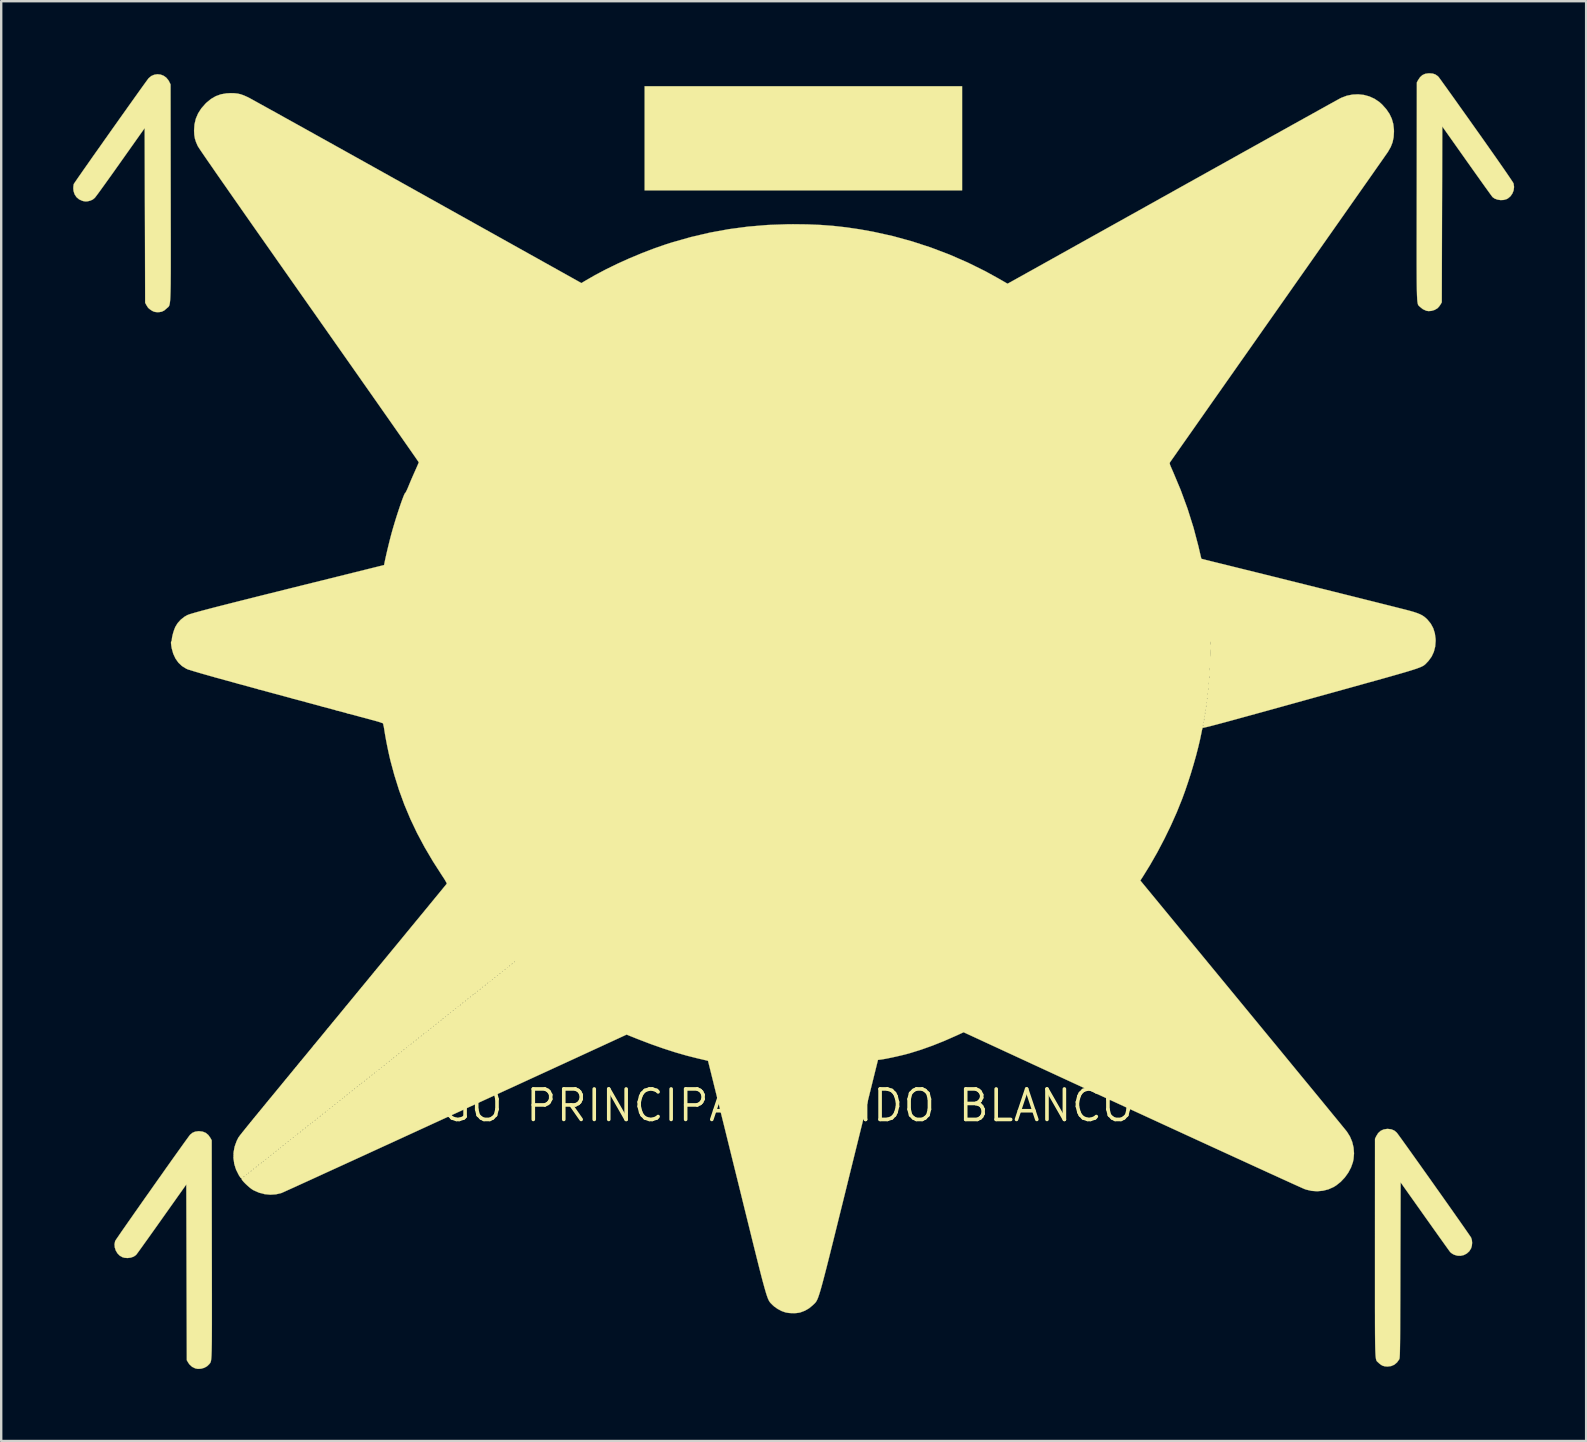
<source format=kicad_pcb>
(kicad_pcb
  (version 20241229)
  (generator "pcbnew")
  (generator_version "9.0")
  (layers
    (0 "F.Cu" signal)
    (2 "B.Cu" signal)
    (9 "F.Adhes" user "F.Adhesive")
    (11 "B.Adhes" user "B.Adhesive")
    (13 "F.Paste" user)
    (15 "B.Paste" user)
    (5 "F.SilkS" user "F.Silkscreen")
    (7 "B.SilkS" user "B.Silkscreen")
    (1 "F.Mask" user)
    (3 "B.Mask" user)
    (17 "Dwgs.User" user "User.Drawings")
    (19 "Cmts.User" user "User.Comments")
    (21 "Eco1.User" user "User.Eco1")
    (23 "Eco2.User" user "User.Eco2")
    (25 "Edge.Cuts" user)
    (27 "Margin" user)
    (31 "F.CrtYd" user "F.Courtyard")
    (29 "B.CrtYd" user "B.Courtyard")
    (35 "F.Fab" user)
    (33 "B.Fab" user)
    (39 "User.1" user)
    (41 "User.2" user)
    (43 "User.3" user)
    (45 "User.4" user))
  (footprint "LOGO PRINCIPAL FONDO BLANCO"
    (layer "F.Cu")
    (at 28.58 43.025)
    (property "Reference" "LOGO PRINCIPAL FONDO BLANCO" (at 0 0 0) (layer "F.SilkS") (effects (font (size 1.27 1.27) (thickness 0.15))))
    (attr through_hole)
    (fp_poly (pts (xy 8.467 -38.142) (xy -4.763 -38.142) (xy -4.763 -42.481) (xy 8.467 -42.481) (xy 8.467 -38.142)) (stroke (width 0.01) (type solid)) (fill yes) (layer "F.SilkS"))
    (fp_poly (pts (xy 28.08 -43.009) (xy 28.193 -42.971) (xy 28.289 -42.904) (xy 28.324 -42.87) (xy 28.343 -42.845) (xy 28.385 -42.788) (xy 28.448 -42.701) (xy 28.531 -42.585) (xy 28.633 -42.444) (xy 28.751 -42.279) (xy 28.885 -42.092) (xy 29.032 -41.886) (xy 29.191 -41.662) (xy 29.361 -41.423) (xy 29.54 -41.172) (xy 29.726 -40.909) (xy 29.904 -40.658) (xy 30.141 -40.324) (xy 30.36 -40.013) (xy 30.561 -39.727) (xy 30.744 -39.467) (xy 30.907 -39.233) (xy 31.051 -39.026) (xy 31.174 -38.848) (xy 31.275 -38.7) (xy 31.354 -38.582) (xy 31.411 -38.496) (xy 31.443 -38.442) (xy 31.452 -38.425) (xy 31.471 -38.283) (xy 31.454 -38.143) (xy 31.403 -38.012) (xy 31.324 -37.897) (xy 31.219 -37.808) (xy 31.159 -37.776) (xy 31.04 -37.742) (xy 30.909 -37.736) (xy 30.779 -37.756) (xy 30.662 -37.799) (xy 30.575 -37.861) (xy 30.557 -37.885) (xy 30.516 -37.94) (xy 30.454 -38.025) (xy 30.374 -38.136) (xy 30.276 -38.271) (xy 30.164 -38.428) (xy 30.039 -38.604) (xy 29.902 -38.796) (xy 29.756 -39.001) (xy 29.603 -39.218) (xy 29.506 -39.354) (xy 28.48 -40.805) (xy 28.469 -37.14) (xy 28.459 -33.475) (xy 28.4 -33.375) (xy 28.351 -33.305) (xy 28.294 -33.242) (xy 28.269 -33.22) (xy 28.158 -33.157) (xy 28.032 -33.119) (xy 27.906 -33.109) (xy 27.813 -33.124) (xy 27.67 -33.19) (xy 27.55 -33.287) (xy 27.535 -33.302) (xy 27.52 -33.314) (xy 27.507 -33.326) (xy 27.495 -33.339) (xy 27.483 -33.354) (xy 27.473 -33.373) (xy 27.464 -33.398) (xy 27.456 -33.431) (xy 27.449 -33.473) (xy 27.442 -33.526) (xy 27.436 -33.591) (xy 27.432 -33.671) (xy 27.427 -33.767) (xy 27.424 -33.88) (xy 27.421 -34.013) (xy 27.418 -34.167) (xy 27.416 -34.343) (xy 27.415 -34.544) (xy 27.414 -34.771) (xy 27.413 -35.025) (xy 27.413 -35.309) (xy 27.413 -35.624) (xy 27.413 -35.972) (xy 27.414 -36.354) (xy 27.414 -36.772) (xy 27.415 -37.228) (xy 27.415 -37.723) (xy 27.416 -38.101) (xy 27.421 -42.64) (xy 27.468 -42.728) (xy 27.553 -42.856) (xy 27.651 -42.945) (xy 27.769 -42.999) (xy 27.909 -43.02) (xy 27.94 -43.02) (xy 28.08 -43.009)) (stroke (width 0.01) (type solid)) (fill yes) (layer "F.SilkS"))
    (fp_poly (pts (xy -23.185 1.087) (xy -23.056 1.139) (xy -22.947 1.229) (xy -22.858 1.356) (xy -22.853 1.364) (xy -22.807 1.45) (xy -22.802 5.99) (xy -22.801 6.513) (xy -22.8 6.994) (xy -22.8 7.437) (xy -22.799 7.843) (xy -22.799 8.212) (xy -22.799 8.549) (xy -22.799 8.852) (xy -22.799 9.126) (xy -22.8 9.37) (xy -22.801 9.588) (xy -22.802 9.78) (xy -22.804 9.948) (xy -22.807 10.095) (xy -22.809 10.22) (xy -22.813 10.328) (xy -22.816 10.418) (xy -22.821 10.493) (xy -22.826 10.555) (xy -22.832 10.604) (xy -22.838 10.644) (xy -22.846 10.674) (xy -22.854 10.699) (xy -22.863 10.717) (xy -22.873 10.733) (xy -22.883 10.747) (xy -22.895 10.76) (xy -22.908 10.776) (xy -22.911 10.781) (xy -23.003 10.868) (xy -23.12 10.932) (xy -23.251 10.969) (xy -23.385 10.976) (xy -23.49 10.956) (xy -23.623 10.891) (xy -23.732 10.792) (xy -23.786 10.715) (xy -23.844 10.615) (xy -23.855 6.952) (xy -23.865 3.289) (xy -24.892 4.738) (xy -25.049 4.96) (xy -25.2 5.172) (xy -25.343 5.373) (xy -25.475 5.559) (xy -25.596 5.727) (xy -25.702 5.876) (xy -25.793 6.002) (xy -25.866 6.103) (xy -25.92 6.176) (xy -25.953 6.219) (xy -25.961 6.229) (xy -26.057 6.296) (xy -26.177 6.339) (xy -26.309 6.356) (xy -26.442 6.346) (xy -26.525 6.322) (xy -26.64 6.257) (xy -26.735 6.161) (xy -26.805 6.043) (xy -26.847 5.913) (xy -26.857 5.778) (xy -26.831 5.649) (xy -26.816 5.624) (xy -26.779 5.567) (xy -26.72 5.481) (xy -26.643 5.368) (xy -26.548 5.23) (xy -26.437 5.071) (xy -26.313 4.893) (xy -26.176 4.698) (xy -26.03 4.488) (xy -25.875 4.268) (xy -25.714 4.038) (xy -25.548 3.802) (xy -25.378 3.562) (xy -25.208 3.32) (xy -25.039 3.08) (xy -24.871 2.844) (xy -24.709 2.613) (xy -24.552 2.392) (xy -24.403 2.182) (xy -24.263 1.986) (xy -24.135 1.807) (xy -24.02 1.646) (xy -23.92 1.507) (xy -23.837 1.393) (xy -23.773 1.305) (xy -23.729 1.246) (xy -23.709 1.22) (xy -23.611 1.138) (xy -23.497 1.089) (xy -23.358 1.07) (xy -23.336 1.07) (xy -23.185 1.087)) (stroke (width 0.01) (type solid)) (fill yes) (layer "F.SilkS"))
    (fp_poly (pts (xy -24.939 -42.967) (xy -24.815 -42.92) (xy -24.704 -42.842) (xy -24.613 -42.733) (xy -24.582 -42.678) (xy -24.522 -42.556) (xy -24.516 -38.059) (xy -24.515 -37.534) (xy -24.515 -37.05) (xy -24.514 -36.605) (xy -24.513 -36.198) (xy -24.513 -35.826) (xy -24.513 -35.488) (xy -24.513 -35.182) (xy -24.513 -34.906) (xy -24.514 -34.66) (xy -24.516 -34.441) (xy -24.517 -34.247) (xy -24.52 -34.077) (xy -24.523 -33.929) (xy -24.527 -33.801) (xy -24.531 -33.693) (xy -24.536 -33.601) (xy -24.543 -33.525) (xy -24.55 -33.462) (xy -24.558 -33.412) (xy -24.567 -33.372) (xy -24.577 -33.34) (xy -24.589 -33.315) (xy -24.602 -33.296) (xy -24.616 -33.28) (xy -24.631 -33.267) (xy -24.648 -33.253) (xy -24.666 -33.238) (xy -24.686 -33.22) (xy -24.688 -33.218) (xy -24.787 -33.134) (xy -24.888 -33.085) (xy -25.004 -33.065) (xy -25.061 -33.064) (xy -25.137 -33.07) (xy -25.206 -33.084) (xy -25.22 -33.088) (xy -25.288 -33.121) (xy -25.365 -33.171) (xy -25.433 -33.225) (xy -25.459 -33.252) (xy -25.485 -33.29) (xy -25.52 -33.347) (xy -25.533 -33.369) (xy -25.58 -33.454) (xy -25.59 -37.096) (xy -25.601 -40.737) (xy -26.596 -39.331) (xy -26.752 -39.111) (xy -26.902 -38.899) (xy -27.045 -38.699) (xy -27.179 -38.512) (xy -27.301 -38.342) (xy -27.409 -38.192) (xy -27.502 -38.064) (xy -27.578 -37.962) (xy -27.634 -37.887) (xy -27.668 -37.843) (xy -27.675 -37.834) (xy -27.763 -37.76) (xy -27.866 -37.713) (xy -27.875 -37.711) (xy -27.975 -37.686) (xy -28.057 -37.679) (xy -28.139 -37.69) (xy -28.206 -37.708) (xy -28.337 -37.768) (xy -28.443 -37.859) (xy -28.52 -37.976) (xy -28.565 -38.113) (xy -28.575 -38.219) (xy -28.572 -38.299) (xy -28.563 -38.369) (xy -28.555 -38.405) (xy -28.54 -38.429) (xy -28.502 -38.485) (xy -28.444 -38.57) (xy -28.366 -38.683) (xy -28.271 -38.819) (xy -28.161 -38.978) (xy -28.036 -39.155) (xy -27.9 -39.349) (xy -27.754 -39.558) (xy -27.599 -39.777) (xy -27.437 -40.006) (xy -27.271 -40.242) (xy -27.102 -40.481) (xy -26.932 -40.722) (xy -26.762 -40.961) (xy -26.595 -41.197) (xy -26.432 -41.426) (xy -26.275 -41.647) (xy -26.126 -41.856) (xy -25.987 -42.052) (xy -25.859 -42.231) (xy -25.745 -42.391) (xy -25.645 -42.529) (xy -25.562 -42.644) (xy -25.498 -42.731) (xy -25.455 -42.79) (xy -25.434 -42.817) (xy -25.324 -42.907) (xy -25.2 -42.961) (xy -25.07 -42.981) (xy -24.939 -42.967)) (stroke (width 0.01) (type solid)) (fill yes) (layer "F.SilkS"))
    (fp_poly (pts (xy 26.354 0.991) (xy 26.476 1.041) (xy 26.578 1.125) (xy 26.6 1.152) (xy 26.644 1.212) (xy 26.709 1.301) (xy 26.793 1.416) (xy 26.893 1.556) (xy 27.009 1.717) (xy 27.138 1.898) (xy 27.278 2.095) (xy 27.428 2.305) (xy 27.586 2.527) (xy 27.75 2.758) (xy 27.918 2.994) (xy 28.088 3.234) (xy 28.258 3.475) (xy 28.428 3.714) (xy 28.594 3.949) (xy 28.755 4.177) (xy 28.909 4.396) (xy 29.054 4.603) (xy 29.189 4.794) (xy 29.311 4.969) (xy 29.42 5.124) (xy 29.512 5.257) (xy 29.586 5.364) (xy 29.641 5.444) (xy 29.674 5.494) (xy 29.683 5.51) (xy 29.714 5.608) (xy 29.724 5.726) (xy 29.712 5.847) (xy 29.681 5.951) (xy 29.606 6.073) (xy 29.503 6.167) (xy 29.381 6.231) (xy 29.246 6.263) (xy 29.105 6.258) (xy 28.967 6.216) (xy 28.966 6.215) (xy 28.894 6.175) (xy 28.831 6.127) (xy 28.807 6.103) (xy 28.787 6.076) (xy 28.744 6.018) (xy 28.681 5.93) (xy 28.599 5.816) (xy 28.501 5.678) (xy 28.387 5.519) (xy 28.261 5.342) (xy 28.124 5.149) (xy 27.978 4.943) (xy 27.824 4.727) (xy 27.75 4.622) (xy 26.744 3.203) (xy 26.733 6.856) (xy 26.732 7.319) (xy 26.731 7.741) (xy 26.73 8.124) (xy 26.728 8.471) (xy 26.727 8.783) (xy 26.726 9.062) (xy 26.725 9.31) (xy 26.723 9.529) (xy 26.722 9.72) (xy 26.72 9.886) (xy 26.718 10.029) (xy 26.716 10.15) (xy 26.714 10.251) (xy 26.712 10.335) (xy 26.709 10.402) (xy 26.706 10.455) (xy 26.703 10.496) (xy 26.7 10.526) (xy 26.696 10.548) (xy 26.692 10.564) (xy 26.687 10.575) (xy 26.687 10.576) (xy 26.594 10.707) (xy 26.481 10.802) (xy 26.348 10.859) (xy 26.197 10.879) (xy 26.194 10.879) (xy 26.08 10.869) (xy 25.985 10.841) (xy 25.982 10.839) (xy 25.916 10.799) (xy 25.846 10.744) (xy 25.819 10.718) (xy 25.803 10.703) (xy 25.788 10.69) (xy 25.774 10.678) (xy 25.762 10.666) (xy 25.75 10.652) (xy 25.74 10.634) (xy 25.73 10.611) (xy 25.722 10.58) (xy 25.714 10.541) (xy 25.707 10.49) (xy 25.701 10.428) (xy 25.696 10.352) (xy 25.692 10.26) (xy 25.688 10.151) (xy 25.685 10.022) (xy 25.682 9.874) (xy 25.68 9.702) (xy 25.678 9.507) (xy 25.677 9.286) (xy 25.676 9.038) (xy 25.676 8.761) (xy 25.675 8.452) (xy 25.675 8.112) (xy 25.675 7.737) (xy 25.675 7.326) (xy 25.675 6.878) (xy 25.675 6.391) (xy 25.675 5.933) (xy 25.676 1.386) (xy 25.726 1.281) (xy 25.807 1.15) (xy 25.91 1.056) (xy 26.036 0.997) (xy 26.184 0.974) (xy 26.209 0.974) (xy 26.354 0.991)) (stroke (width 0.01) (type solid)) (fill yes) (layer "F.SilkS"))
    (fp_poly (pts (xy -21.855 -42.189) (xy -21.718 -42.173) (xy -21.59 -42.143) (xy -21.456 -42.094) (xy -21.303 -42.025) (xy -21.283 -42.015) (xy -21.249 -41.998) (xy -21.18 -41.96) (xy -21.076 -41.903) (xy -20.939 -41.827) (xy -20.771 -41.734) (xy -20.572 -41.624) (xy -20.345 -41.498) (xy -20.089 -41.357) (xy -19.808 -41.2) (xy -19.502 -41.03) (xy -19.172 -40.847) (xy -18.82 -40.651) (xy -18.447 -40.443) (xy -18.055 -40.225) (xy -17.644 -39.996) (xy -17.216 -39.758) (xy -16.773 -39.511) (xy -16.316 -39.256) (xy -15.846 -38.994) (xy -15.365 -38.725) (xy -14.873 -38.451) (xy -14.372 -38.171) (xy -14.235 -38.094) (xy -7.398 -34.277) (xy -7.271 -34.354) (xy -6.843 -34.601) (xy -6.381 -34.846) (xy -5.893 -35.084) (xy -5.388 -35.312) (xy -4.874 -35.526) (xy -4.36 -35.723) (xy -3.853 -35.899) (xy -3.63 -35.969) (xy -2.838 -36.194) (xy -2.047 -36.379) (xy -1.253 -36.524) (xy -0.453 -36.63) (xy 0.359 -36.698) (xy 1.186 -36.728) (xy 1.429 -36.73) (xy 2.014 -36.723) (xy 2.571 -36.7) (xy 3.111 -36.659) (xy 3.645 -36.599) (xy 4.185 -36.52) (xy 4.743 -36.42) (xy 4.773 -36.414) (xy 5.575 -36.237) (xy 6.373 -36.018) (xy 7.161 -35.761) (xy 7.938 -35.466) (xy 8.697 -35.135) (xy 9.436 -34.77) (xy 9.991 -34.464) (xy 10.361 -34.251) (xy 10.488 -34.32) (xy 10.516 -34.335) (xy 10.579 -34.371) (xy 10.677 -34.425) (xy 10.807 -34.498) (xy 10.97 -34.588) (xy 11.162 -34.696) (xy 11.384 -34.819) (xy 11.633 -34.958) (xy 11.909 -35.112) (xy 12.21 -35.28) (xy 12.534 -35.461) (xy 12.881 -35.654) (xy 13.249 -35.86) (xy 13.636 -36.076) (xy 14.042 -36.302) (xy 14.465 -36.538) (xy 14.904 -36.783) (xy 15.357 -37.036) (xy 15.824 -37.296) (xy 16.302 -37.563) (xy 16.79 -37.836) (xy 17.288 -38.113) (xy 17.378 -38.164) (xy 17.877 -38.442) (xy 18.367 -38.715) (xy 18.847 -38.983) (xy 19.316 -39.244) (xy 19.771 -39.498) (xy 20.213 -39.745) (xy 20.639 -39.982) (xy 21.048 -40.21) (xy 21.439 -40.428) (xy 21.81 -40.634) (xy 22.161 -40.83) (xy 22.489 -41.012) (xy 22.794 -41.182) (xy 23.075 -41.338) (xy 23.329 -41.479) (xy 23.556 -41.605) (xy 23.753 -41.715) (xy 23.921 -41.807) (xy 24.058 -41.883) (xy 24.161 -41.94) (xy 24.231 -41.978) (xy 24.265 -41.996) (xy 24.268 -41.997) (xy 24.5 -42.085) (xy 24.738 -42.133) (xy 24.978 -42.144) (xy 25.215 -42.118) (xy 25.443 -42.055) (xy 25.658 -41.957) (xy 25.856 -41.824) (xy 25.971 -41.72) (xy 26.146 -41.525) (xy 26.28 -41.328) (xy 26.376 -41.125) (xy 26.437 -40.91) (xy 26.464 -40.678) (xy 26.466 -40.587) (xy 26.452 -40.356) (xy 26.409 -40.148) (xy 26.332 -39.95) (xy 26.219 -39.752) (xy 26.202 -39.726) (xy 26.183 -39.699) (xy 26.141 -39.639) (xy 26.076 -39.546) (xy 25.99 -39.423) (xy 25.882 -39.269) (xy 25.755 -39.088) (xy 25.609 -38.879) (xy 25.444 -38.644) (xy 25.262 -38.385) (xy 25.063 -38.102) (xy 24.849 -37.797) (xy 24.62 -37.471) (xy 24.378 -37.126) (xy 24.122 -36.761) (xy 23.854 -36.38) (xy 23.575 -35.983) (xy 23.286 -35.571) (xy 22.987 -35.145) (xy 22.679 -34.707) (xy 22.364 -34.259) (xy 22.042 -33.8) (xy 21.714 -33.333) (xy 21.643 -33.232) (xy 21.314 -32.764) (xy 20.991 -32.305) (xy 20.676 -31.855) (xy 20.368 -31.417) (xy 20.068 -30.991) (xy 19.779 -30.579) (xy 19.499 -30.181) (xy 19.231 -29.799) (xy 18.975 -29.435) (xy 18.732 -29.089) (xy 18.503 -28.762) (xy 18.289 -28.457) (xy 18.09 -28.173) (xy 17.907 -27.913) (xy 17.742 -27.678) (xy 17.594 -27.468) (xy 17.466 -27.285) (xy 17.358 -27.13) (xy 17.27 -27.005) (xy 17.204 -26.911) (xy 17.16 -26.848) (xy 17.14 -26.819) (xy 17.138 -26.817) (xy 17.126 -26.796) (xy 17.12 -26.775) (xy 17.123 -26.746) (xy 17.134 -26.704) (xy 17.158 -26.643) (xy 17.195 -26.557) (xy 17.247 -26.439) (xy 17.258 -26.415) (xy 17.579 -25.649) (xy 17.864 -24.871) (xy 18.111 -24.087) (xy 18.318 -23.301) (xy 18.361 -23.114) (xy 18.387 -23.003) (xy 18.409 -22.908) (xy 18.427 -22.836) (xy 18.438 -22.794) (xy 18.441 -22.786) (xy 18.462 -22.781) (xy 18.521 -22.766) (xy 18.614 -22.742) (xy 18.74 -22.711) (xy 18.893 -22.672) (xy 19.072 -22.628) (xy 19.274 -22.578) (xy 19.494 -22.524) (xy 19.729 -22.466) (xy 19.978 -22.404) (xy 20.013 -22.396) (xy 20.236 -22.34) (xy 20.489 -22.278) (xy 20.768 -22.209) (xy 21.07 -22.134) (xy 21.392 -22.054) (xy 21.73 -21.97) (xy 22.082 -21.882) (xy 22.445 -21.792) (xy 22.814 -21.7) (xy 23.187 -21.607) (xy 23.561 -21.514) (xy 23.932 -21.421) (xy 24.297 -21.33) (xy 24.654 -21.241) (xy 24.998 -21.155) (xy 25.327 -21.072) (xy 25.637 -20.995) (xy 25.926 -20.922) (xy 26.19 -20.856) (xy 26.425 -20.797) (xy 26.629 -20.745) (xy 26.799 -20.702) (xy 26.931 -20.669) (xy 26.935 -20.668) (xy 27.136 -20.615) (xy 27.302 -20.567) (xy 27.438 -20.521) (xy 27.55 -20.476) (xy 27.644 -20.428) (xy 27.725 -20.374) (xy 27.799 -20.313) (xy 27.856 -20.259) (xy 27.998 -20.086) (xy 28.103 -19.894) (xy 28.17 -19.681) (xy 28.201 -19.449) (xy 28.203 -19.367) (xy 28.184 -19.127) (xy 28.128 -18.909) (xy 28.036 -18.71) (xy 27.906 -18.531) (xy 27.855 -18.477) (xy 27.828 -18.449) (xy 27.804 -18.423) (xy 27.781 -18.399) (xy 27.756 -18.377) (xy 27.73 -18.356) (xy 27.699 -18.334) (xy 27.661 -18.313) (xy 27.615 -18.29) (xy 27.56 -18.266) (xy 27.492 -18.24) (xy 27.411 -18.21) (xy 27.315 -18.178) (xy 27.201 -18.142) (xy 27.068 -18.101) (xy 26.914 -18.055) (xy 26.738 -18.004) (xy 26.536 -17.946) (xy 26.309 -17.881) (xy 26.053 -17.809) (xy 25.767 -17.729) (xy 25.449 -17.641) (xy 25.098 -17.543) (xy 24.711 -17.435) (xy 24.286 -17.317) (xy 23.897 -17.209) (xy 23.329 -17.052) (xy 22.801 -16.905) (xy 22.311 -16.769) (xy 21.857 -16.643) (xy 21.439 -16.527) (xy 21.056 -16.421) (xy 20.705 -16.325) (xy 20.386 -16.237) (xy 20.097 -16.158) (xy 19.837 -16.086) (xy 19.605 -16.023) (xy 19.399 -15.967) (xy 19.219 -15.919) (xy 19.062 -15.877) (xy 18.927 -15.842) (xy 18.814 -15.812) (xy 18.72 -15.789) (xy 18.645 -15.771) (xy 18.587 -15.758) (xy 18.545 -15.749) (xy 18.518 -15.745) (xy 18.504 -15.744) (xy 18.501 -15.746) (xy 18.491 -15.737) (xy 18.477 -15.694) (xy 18.46 -15.624) (xy 18.448 -15.563) (xy 18.386 -15.263) (xy 18.308 -14.933) (xy 18.217 -14.581) (xy 18.114 -14.216) (xy 18.003 -13.844) (xy 17.884 -13.476) (xy 17.762 -13.117) (xy 17.638 -12.778) (xy 17.635 -12.77) (xy 17.415 -12.224) (xy 17.166 -11.666) (xy 16.894 -11.107) (xy 16.605 -10.557) (xy 16.303 -10.028) (xy 16.009 -9.552) (xy 15.896 -9.377) (xy 20.145 -4.218) (xy 20.483 -3.807) (xy 20.814 -3.405) (xy 21.138 -3.011) (xy 21.454 -2.628) (xy 21.76 -2.256) (xy 22.055 -1.897) (xy 22.339 -1.551) (xy 22.61 -1.221) (xy 22.868 -0.908) (xy 23.111 -0.613) (xy 23.338 -0.337) (xy 23.548 -0.081) (xy 23.74 0.153) (xy 23.913 0.365) (xy 24.067 0.552) (xy 24.199 0.713) (xy 24.309 0.848) (xy 24.396 0.954) (xy 24.458 1.031) (xy 24.496 1.078) (xy 24.506 1.09) (xy 24.634 1.295) (xy 24.727 1.518) (xy 24.783 1.754) (xy 24.801 1.996) (xy 24.781 2.237) (xy 24.755 2.36) (xy 24.676 2.583) (xy 24.562 2.799) (xy 24.417 3) (xy 24.248 3.179) (xy 24.06 3.329) (xy 23.952 3.396) (xy 23.737 3.492) (xy 23.507 3.551) (xy 23.269 3.573) (xy 23.032 3.557) (xy 22.802 3.503) (xy 22.744 3.482) (xy 22.707 3.467) (xy 22.634 3.434) (xy 22.526 3.386) (xy 22.384 3.322) (xy 22.21 3.243) (xy 22.006 3.15) (xy 21.773 3.044) (xy 21.513 2.925) (xy 21.227 2.795) (xy 20.918 2.653) (xy 20.587 2.502) (xy 20.235 2.34) (xy 19.863 2.17) (xy 19.475 1.992) (xy 19.071 1.807) (xy 18.653 1.615) (xy 18.222 1.417) (xy 17.78 1.214) (xy 17.33 1.007) (xy 16.871 0.796) (xy 16.407 0.582) (xy 15.938 0.366) (xy 15.466 0.149) (xy 14.994 -0.069) (xy 14.522 -0.286) (xy 14.052 -0.503) (xy 13.585 -0.718) (xy 13.124 -0.93) (xy 12.67 -1.14) (xy 12.225 -1.346) (xy 11.79 -1.547) (xy 11.367 -1.742) (xy 11.314 -1.767) (xy 11.037 -1.895) (xy 10.764 -2.021) (xy 10.496 -2.145) (xy 10.238 -2.264) (xy 9.993 -2.378) (xy 9.765 -2.483) (xy 9.557 -2.579) (xy 9.373 -2.664) (xy 9.217 -2.737) (xy 9.091 -2.795) (xy 9 -2.837) (xy 8.991 -2.841) (xy 8.531 -3.054) (xy 8.229 -2.915) (xy 7.722 -2.692) (xy 7.228 -2.495) (xy 6.75 -2.325) (xy 6.296 -2.184) (xy 6.209 -2.16) (xy 6.075 -2.124) (xy 5.92 -2.087) (xy 5.754 -2.048) (xy 5.586 -2.011) (xy 5.425 -1.977) (xy 5.279 -1.948) (xy 5.157 -1.927) (xy 5.079 -1.915) (xy 4.961 -1.901) (xy 3.759 2.96) (xy 3.626 3.501) (xy 3.502 4.003) (xy 3.387 4.466) (xy 3.281 4.894) (xy 3.184 5.286) (xy 3.095 5.646) (xy 3.013 5.973) (xy 2.939 6.27) (xy 2.871 6.539) (xy 2.81 6.781) (xy 2.754 6.997) (xy 2.704 7.189) (xy 2.659 7.359) (xy 2.618 7.509) (xy 2.582 7.639) (xy 2.549 7.751) (xy 2.519 7.847) (xy 2.492 7.929) (xy 2.468 7.998) (xy 2.445 8.055) (xy 2.423 8.103) (xy 2.403 8.142) (xy 2.383 8.174) (xy 2.364 8.201) (xy 2.344 8.225) (xy 2.323 8.247) (xy 2.301 8.268) (xy 2.278 8.29) (xy 2.252 8.315) (xy 2.249 8.318) (xy 2.093 8.448) (xy 1.918 8.55) (xy 1.734 8.62) (xy 1.676 8.634) (xy 1.548 8.651) (xy 1.398 8.654) (xy 1.248 8.646) (xy 1.118 8.625) (xy 1.114 8.624) (xy 0.95 8.567) (xy 0.785 8.481) (xy 0.635 8.375) (xy 0.566 8.312) (xy 0.541 8.286) (xy 0.518 8.264) (xy 0.496 8.242) (xy 0.475 8.22) (xy 0.456 8.195) (xy 0.436 8.166) (xy 0.416 8.132) (xy 0.396 8.091) (xy 0.374 8.041) (xy 0.351 7.98) (xy 0.326 7.907) (xy 0.298 7.821) (xy 0.268 7.719) (xy 0.234 7.601) (xy 0.196 7.463) (xy 0.153 7.306) (xy 0.106 7.127) (xy 0.054 6.924) (xy -0.004 6.696) (xy -0.068 6.441) (xy -0.139 6.158) (xy -0.217 5.845) (xy -0.302 5.501) (xy -0.395 5.123) (xy -0.497 4.711) (xy -0.608 4.262) (xy -0.728 3.774) (xy -0.834 3.344) (xy -0.941 2.912) (xy -1.046 2.488) (xy -1.148 2.074) (xy -1.247 1.672) (xy -1.343 1.284) (xy -1.434 0.913) (xy -1.522 0.56) (xy -1.604 0.227) (xy -1.68 -0.083) (xy -1.751 -0.368) (xy -1.815 -0.627) (xy -1.872 -0.857) (xy -1.921 -1.057) (xy -1.963 -1.224) (xy -1.995 -1.356) (xy -2.019 -1.451) (xy -2.033 -1.507) (xy -2.033 -1.508) (xy -2.122 -1.862) (xy -2.199 -1.882) (xy -2.248 -1.894) (xy -2.328 -1.913) (xy -2.428 -1.936) (xy -2.539 -1.962) (xy -2.561 -1.967) (xy -3.016 -2.082) (xy -3.488 -2.218) (xy -3.981 -2.377) (xy -4.499 -2.559) (xy -5.043 -2.767) (xy -5.44 -2.926) (xy -5.514 -2.957) (xy -6.625 -2.444) (xy -7.017 -2.264) (xy -7.424 -2.076) (xy -7.847 -1.881) (xy -8.282 -1.681) (xy -8.729 -1.475) (xy -9.187 -1.265) (xy -9.652 -1.051) (xy -10.125 -0.833) (xy -10.603 -0.614) (xy -11.085 -0.392) (xy -11.569 -0.17) (xy -12.054 0.053) (xy -12.538 0.276) (xy -13.02 0.497) (xy -13.498 0.716) (xy -13.97 0.933) (xy -14.436 1.147) (xy -14.893 1.357) (xy -15.339 1.562) (xy -15.775 1.761) (xy -16.197 1.955) (xy -16.604 2.142) (xy -16.995 2.321) (xy -17.369 2.492) (xy -17.723 2.654) (xy -18.056 2.806) (xy -18.367 2.949) (xy -18.653 3.08) (xy -18.915 3.199) (xy -19.149 3.306) (xy -19.354 3.4) (xy -19.529 3.479) (xy -19.673 3.544) (xy -19.783 3.594) (xy -19.859 3.628) (xy -19.898 3.645) (xy -19.903 3.647) (xy -20.13 3.701) (xy -20.366 3.716) (xy -20.603 3.693) (xy -20.835 3.632) (xy -21.055 3.535) (xy -21.097 3.511) (xy -21.163 3.467) (xy -21.238 3.407) (xy -21.318 3.337) (xy -21.396 3.264) (xy -21.466 3.193) (xy -21.52 3.131) (xy -21.554 3.083) (xy -21.561 3.058) (xy -21.561 3.034) (xy -21.571 3.032) (xy -21.592 3.018) (xy -21.62 2.983) (xy -21.479 2.983) (xy -21.476 2.985) (xy -21.457 2.97) (xy -21.452 2.963) (xy -21.447 2.944) (xy -21.45 2.942) (xy -21.469 2.957) (xy -21.474 2.963) (xy -21.479 2.983) (xy -21.62 2.983) (xy -21.627 2.976) (xy -21.669 2.914) (xy -21.676 2.902) (xy -21.677 2.898) (xy -21.373 2.898) (xy -21.37 2.9) (xy -21.351 2.885) (xy -21.347 2.879) (xy -21.341 2.859) (xy -21.344 2.857) (xy -21.363 2.872) (xy -21.368 2.879) (xy -21.373 2.898) (xy -21.677 2.898) (xy -21.71 2.835) (xy -21.288 2.835) (xy -21.286 2.836) (xy -21.266 2.821) (xy -21.262 2.815) (xy -21.257 2.795) (xy -21.259 2.794) (xy -21.279 2.809) (xy -21.283 2.815) (xy -21.288 2.835) (xy -21.71 2.835) (xy -21.752 2.75) (xy -21.183 2.75) (xy -21.18 2.752) (xy -21.16 2.737) (xy -21.156 2.731) (xy -21.151 2.711) (xy -21.154 2.709) (xy -21.173 2.724) (xy -21.177 2.731) (xy -21.183 2.75) (xy -21.752 2.75) (xy -21.79 2.677) (xy -21.793 2.666) (xy -21.077 2.666) (xy -21.074 2.667) (xy -21.055 2.652) (xy -21.05 2.646) (xy -21.045 2.626) (xy -21.048 2.625) (xy -21.067 2.64) (xy -21.071 2.646) (xy -21.077 2.666) (xy -21.793 2.666) (xy -21.82 2.581) (xy -20.971 2.581) (xy -20.968 2.582) (xy -20.949 2.567) (xy -20.944 2.561) (xy -20.939 2.541) (xy -20.942 2.54) (xy -20.961 2.555) (xy -20.966 2.561) (xy -20.971 2.581) (xy -21.82 2.581) (xy -21.847 2.496) (xy -20.865 2.496) (xy -20.862 2.498) (xy -20.843 2.483) (xy -20.839 2.477) (xy -20.833 2.457) (xy -20.836 2.455) (xy -20.855 2.47) (xy -20.86 2.477) (xy -20.865 2.496) (xy -21.847 2.496) (xy -21.864 2.441) (xy -21.869 2.412) (xy -20.759 2.412) (xy -20.756 2.413) (xy -20.737 2.398) (xy -20.733 2.392) (xy -20.727 2.372) (xy -20.73 2.371) (xy -20.75 2.386) (xy -20.754 2.392) (xy -20.759 2.412) (xy -21.869 2.412) (xy -21.878 2.348) (xy -20.675 2.348) (xy -20.672 2.349) (xy -20.652 2.335) (xy -20.648 2.328) (xy -20.643 2.309) (xy -20.646 2.307) (xy -20.665 2.322) (xy -20.669 2.328) (xy -20.675 2.348) (xy -21.878 2.348) (xy -21.89 2.263) (xy -20.569 2.263) (xy -20.566 2.265) (xy -20.547 2.25) (xy -20.542 2.244) (xy -20.537 2.224) (xy -20.54 2.223) (xy -20.559 2.237) (xy -20.563 2.244) (xy -20.569 2.263) (xy -21.89 2.263) (xy -21.9 2.2) (xy -21.899 2.179) (xy -20.463 2.179) (xy -20.46 2.18) (xy -20.441 2.165) (xy -20.436 2.159) (xy -20.431 2.139) (xy -20.434 2.138) (xy -20.453 2.153) (xy -20.458 2.159) (xy -20.463 2.179) (xy -21.899 2.179) (xy -21.898 2.094) (xy -20.357 2.094) (xy -20.354 2.095) (xy -20.335 2.081) (xy -20.331 2.074) (xy -20.325 2.055) (xy -20.328 2.053) (xy -20.347 2.068) (xy -20.352 2.074) (xy -20.357 2.094) (xy -21.898 2.094) (xy -21.896 2.009) (xy -20.251 2.009) (xy -20.248 2.011) (xy -20.229 1.996) (xy -20.225 1.99) (xy -20.219 1.97) (xy -20.222 1.968) (xy -20.242 1.983) (xy -20.246 1.99) (xy -20.251 2.009) (xy -21.896 2.009) (xy -21.895 1.956) (xy -21.89 1.925) (xy -20.145 1.925) (xy -20.143 1.926) (xy -20.123 1.911) (xy -20.119 1.905) (xy -20.114 1.885) (xy -20.116 1.884) (xy -20.136 1.899) (xy -20.14 1.905) (xy -20.145 1.925) (xy -21.89 1.925) (xy -21.874 1.84) (xy -20.04 1.84) (xy -20.037 1.841) (xy -20.017 1.827) (xy -20.013 1.82) (xy -20.008 1.801) (xy -20.011 1.799) (xy -20.03 1.814) (xy -20.034 1.82) (xy -20.04 1.84) (xy -21.874 1.84) (xy -21.863 1.777) (xy -19.955 1.777) (xy -19.952 1.778) (xy -19.933 1.763) (xy -19.928 1.757) (xy -19.923 1.737) (xy -19.926 1.736) (xy -19.945 1.751) (xy -19.95 1.757) (xy -19.955 1.777) (xy -21.863 1.777) (xy -21.852 1.716) (xy -21.843 1.692) (xy -19.849 1.692) (xy -19.846 1.693) (xy -19.827 1.678) (xy -19.823 1.672) (xy -19.817 1.652) (xy -19.82 1.651) (xy -19.839 1.666) (xy -19.844 1.672) (xy -19.849 1.692) (xy -21.843 1.692) (xy -21.813 1.607) (xy -19.743 1.607) (xy -19.74 1.609) (xy -19.721 1.594) (xy -19.717 1.587) (xy -19.711 1.568) (xy -19.714 1.566) (xy -19.734 1.581) (xy -19.738 1.587) (xy -19.743 1.607) (xy -21.813 1.607) (xy -21.782 1.523) (xy -19.637 1.523) (xy -19.635 1.524) (xy -19.615 1.509) (xy -19.611 1.503) (xy -19.606 1.483) (xy -19.608 1.482) (xy -19.628 1.497) (xy -19.632 1.503) (xy -19.637 1.523) (xy -21.782 1.523) (xy -21.768 1.483) (xy -21.746 1.438) (xy -19.532 1.438) (xy -19.529 1.439) (xy -19.509 1.424) (xy -19.505 1.418) (xy -19.5 1.398) (xy -19.503 1.397) (xy -19.522 1.412) (xy -19.526 1.418) (xy -19.532 1.438) (xy -21.746 1.438) (xy -21.731 1.408) (xy -21.724 1.394) (xy -21.718 1.382) (xy -21.712 1.371) (xy -21.706 1.359) (xy -21.703 1.353) (xy -19.426 1.353) (xy -19.423 1.355) (xy -19.404 1.34) (xy -19.399 1.333) (xy -19.394 1.314) (xy -19.397 1.312) (xy -19.416 1.327) (xy -19.42 1.333) (xy -19.426 1.353) (xy -21.703 1.353) (xy -21.699 1.345) (xy -21.689 1.33) (xy -21.675 1.31) (xy -21.658 1.286) (xy -21.638 1.259) (xy -19.325 1.259) (xy -19.315 1.27) (xy -19.304 1.259) (xy -19.315 1.249) (xy -19.325 1.259) (xy -21.638 1.259) (xy -21.636 1.256) (xy -21.608 1.22) (xy -21.597 1.205) (xy -19.235 1.205) (xy -19.232 1.206) (xy -19.213 1.192) (xy -19.209 1.185) (xy -19.203 1.166) (xy -19.206 1.164) (xy -19.226 1.179) (xy -19.23 1.185) (xy -19.235 1.205) (xy -21.597 1.205) (xy -21.573 1.175) (xy -21.531 1.122) (xy -21.53 1.12) (xy -19.129 1.12) (xy -19.127 1.122) (xy -19.107 1.107) (xy -19.103 1.101) (xy -19.098 1.081) (xy -19.1 1.079) (xy -19.12 1.094) (xy -19.124 1.101) (xy -19.129 1.12) (xy -21.53 1.12) (xy -21.481 1.059) (xy -21.462 1.036) (xy -19.024 1.036) (xy -19.021 1.037) (xy -19.001 1.022) (xy -18.997 1.016) (xy -18.992 0.996) (xy -18.995 0.995) (xy -19.014 1.01) (xy -19.018 1.016) (xy -19.024 1.036) (xy -21.462 1.036) (xy -21.421 0.984) (xy -21.394 0.951) (xy -18.918 0.951) (xy -18.915 0.953) (xy -18.896 0.938) (xy -18.891 0.931) (xy -18.886 0.912) (xy -18.889 0.91) (xy -18.908 0.925) (xy -18.912 0.931) (xy -18.918 0.951) (xy -21.394 0.951) (xy -21.351 0.898) (xy -21.326 0.866) (xy -18.812 0.866) (xy -18.809 0.868) (xy -18.79 0.853) (xy -18.785 0.847) (xy -18.78 0.827) (xy -18.783 0.826) (xy -18.802 0.84) (xy -18.807 0.847) (xy -18.812 0.866) (xy -21.326 0.866) (xy -21.271 0.799) (xy -21.257 0.782) (xy -18.706 0.782) (xy -18.703 0.783) (xy -18.684 0.768) (xy -18.68 0.762) (xy -18.674 0.742) (xy -18.677 0.741) (xy -18.696 0.756) (xy -18.701 0.762) (xy -18.706 0.782) (xy -21.257 0.782) (xy -21.205 0.718) (xy -18.621 0.718) (xy -18.619 0.72) (xy -18.599 0.705) (xy -18.595 0.699) (xy -18.59 0.679) (xy -18.592 0.677) (xy -18.612 0.692) (xy -18.616 0.699) (xy -18.621 0.718) (xy -21.205 0.718) (xy -21.178 0.685) (xy -21.136 0.634) (xy -18.516 0.634) (xy -18.513 0.635) (xy -18.493 0.62) (xy -18.489 0.614) (xy -18.484 0.594) (xy -18.487 0.593) (xy -18.506 0.608) (xy -18.51 0.614) (xy -18.516 0.634) (xy -21.136 0.634) (xy -21.073 0.556) (xy -21.067 0.549) (xy -18.41 0.549) (xy -18.407 0.55) (xy -18.388 0.535) (xy -18.383 0.529) (xy -18.378 0.509) (xy -18.381 0.508) (xy -18.4 0.523) (xy -18.404 0.529) (xy -18.41 0.549) (xy -21.067 0.549) (xy -20.998 0.464) (xy -18.304 0.464) (xy -18.301 0.466) (xy -18.282 0.451) (xy -18.277 0.445) (xy -18.272 0.425) (xy -18.275 0.423) (xy -18.294 0.438) (xy -18.299 0.445) (xy -18.304 0.464) (xy -20.998 0.464) (xy -20.954 0.411) (xy -20.928 0.38) (xy -18.198 0.38) (xy -18.195 0.381) (xy -18.176 0.366) (xy -18.172 0.36) (xy -18.166 0.34) (xy -18.169 0.339) (xy -18.188 0.354) (xy -18.193 0.36) (xy -18.198 0.38) (xy -20.928 0.38) (xy -20.859 0.295) (xy -18.092 0.295) (xy -18.089 0.296) (xy -18.07 0.281) (xy -18.066 0.275) (xy -18.06 0.255) (xy -18.063 0.254) (xy -18.083 0.269) (xy -18.087 0.275) (xy -18.092 0.295) (xy -20.859 0.295) (xy -20.821 0.249) (xy -20.782 0.201) (xy -17.992 0.201) (xy -17.981 0.212) (xy -17.971 0.201) (xy -17.981 0.191) (xy -17.992 0.201) (xy -20.782 0.201) (xy -20.737 0.147) (xy -17.902 0.147) (xy -17.899 0.148) (xy -17.88 0.133) (xy -17.875 0.127) (xy -17.87 0.107) (xy -17.873 0.106) (xy -17.892 0.121) (xy -17.896 0.127) (xy -17.902 0.147) (xy -20.737 0.147) (xy -20.672 0.068) (xy -20.668 0.062) (xy -17.796 0.062) (xy -17.793 0.064) (xy -17.774 0.049) (xy -17.769 0.042) (xy -17.764 0.023) (xy -17.767 0.021) (xy -17.786 0.036) (xy -17.791 0.042) (xy -17.796 0.062) (xy -20.668 0.062) (xy -20.598 -0.023) (xy -17.69 -0.023) (xy -17.687 -0.021) (xy -17.668 -0.036) (xy -17.664 -0.042) (xy -17.658 -0.062) (xy -17.661 -0.064) (xy -17.68 -0.049) (xy -17.685 -0.042) (xy -17.69 -0.023) (xy -20.598 -0.023) (xy -20.529 -0.107) (xy -17.584 -0.107) (xy -17.581 -0.106) (xy -17.562 -0.121) (xy -17.558 -0.127) (xy -17.552 -0.147) (xy -17.555 -0.148) (xy -17.575 -0.133) (xy -17.579 -0.127) (xy -17.584 -0.107) (xy -20.529 -0.107) (xy -20.508 -0.133) (xy -20.459 -0.192) (xy -17.478 -0.192) (xy -17.476 -0.191) (xy -17.456 -0.205) (xy -17.452 -0.212) (xy -17.447 -0.231) (xy -17.449 -0.233) (xy -17.469 -0.218) (xy -17.473 -0.212) (xy -17.478 -0.192) (xy -20.459 -0.192) (xy -20.39 -0.277) (xy -17.373 -0.277) (xy -17.37 -0.275) (xy -17.35 -0.29) (xy -17.346 -0.296) (xy -17.341 -0.316) (xy -17.344 -0.318) (xy -17.363 -0.303) (xy -17.367 -0.296) (xy -17.373 -0.277) (xy -20.39 -0.277) (xy -20.337 -0.34) (xy -17.288 -0.34) (xy -17.285 -0.339) (xy -17.266 -0.354) (xy -17.261 -0.36) (xy -17.256 -0.38) (xy -17.259 -0.381) (xy -17.278 -0.366) (xy -17.283 -0.36) (xy -17.288 -0.34) (xy -20.337 -0.34) (xy -20.326 -0.353) (xy -20.268 -0.425) (xy -17.182 -0.425) (xy -17.179 -0.423) (xy -17.16 -0.438) (xy -17.156 -0.445) (xy -17.15 -0.464) (xy -17.153 -0.466) (xy -17.172 -0.451) (xy -17.177 -0.445) (xy -17.182 -0.425) (xy -20.268 -0.425) (xy -20.198 -0.509) (xy -17.076 -0.509) (xy -17.073 -0.508) (xy -17.054 -0.523) (xy -17.05 -0.529) (xy -17.044 -0.549) (xy -17.047 -0.55) (xy -17.067 -0.535) (xy -17.071 -0.529) (xy -17.076 -0.509) (xy -20.198 -0.509) (xy -20.128 -0.594) (xy -16.97 -0.594) (xy -16.968 -0.593) (xy -16.948 -0.608) (xy -16.944 -0.614) (xy -16.939 -0.634) (xy -16.941 -0.635) (xy -16.961 -0.62) (xy -16.965 -0.614) (xy -16.97 -0.594) (xy -20.128 -0.594) (xy -20.127 -0.596) (xy -20.059 -0.679) (xy -16.865 -0.679) (xy -16.862 -0.677) (xy -16.842 -0.692) (xy -16.838 -0.699) (xy -16.833 -0.718) (xy -16.836 -0.72) (xy -16.855 -0.705) (xy -16.859 -0.699) (xy -16.865 -0.679) (xy -20.059 -0.679) (xy -19.989 -0.763) (xy -16.759 -0.763) (xy -16.756 -0.762) (xy -16.737 -0.777) (xy -16.732 -0.783) (xy -16.727 -0.803) (xy -16.73 -0.804) (xy -16.749 -0.789) (xy -16.753 -0.783) (xy -16.759 -0.763) (xy -19.989 -0.763) (xy -19.919 -0.848) (xy -16.653 -0.848) (xy -16.65 -0.847) (xy -16.631 -0.862) (xy -16.626 -0.868) (xy -16.621 -0.888) (xy -16.624 -0.889) (xy -16.643 -0.874) (xy -16.648 -0.868) (xy -16.653 -0.848) (xy -19.919 -0.848) (xy -19.909 -0.861) (xy -19.867 -0.912) (xy -16.568 -0.912) (xy -16.565 -0.91) (xy -16.546 -0.925) (xy -16.542 -0.931) (xy -16.536 -0.951) (xy -16.539 -0.953) (xy -16.559 -0.938) (xy -16.563 -0.931) (xy -16.568 -0.912) (xy -19.867 -0.912) (xy -19.798 -0.996) (xy -16.462 -0.996) (xy -16.46 -0.995) (xy -16.44 -1.01) (xy -16.436 -1.016) (xy -16.431 -1.036) (xy -16.433 -1.037) (xy -16.453 -1.022) (xy -16.457 -1.016) (xy -16.462 -0.996) (xy -19.798 -0.996) (xy -19.728 -1.081) (xy -16.357 -1.081) (xy -16.354 -1.079) (xy -16.334 -1.094) (xy -16.33 -1.101) (xy -16.325 -1.12) (xy -16.328 -1.122) (xy -16.347 -1.107) (xy -16.351 -1.101) (xy -16.357 -1.081) (xy -19.728 -1.081) (xy -19.671 -1.15) (xy -19.658 -1.166) (xy -16.251 -1.166) (xy -16.248 -1.164) (xy -16.229 -1.179) (xy -16.224 -1.185) (xy -16.219 -1.205) (xy -16.222 -1.206) (xy -16.241 -1.192) (xy -16.245 -1.185) (xy -16.251 -1.166) (xy -19.658 -1.166) (xy -19.588 -1.25) (xy -16.145 -1.25) (xy -16.142 -1.249) (xy -16.123 -1.264) (xy -16.118 -1.27) (xy -16.113 -1.29) (xy -16.116 -1.291) (xy -16.135 -1.276) (xy -16.14 -1.27) (xy -16.145 -1.25) (xy -19.588 -1.25) (xy -19.519 -1.335) (xy -16.039 -1.335) (xy -16.036 -1.333) (xy -16.017 -1.348) (xy -16.013 -1.355) (xy -16.007 -1.374) (xy -16.01 -1.376) (xy -16.029 -1.361) (xy -16.034 -1.355) (xy -16.039 -1.335) (xy -19.519 -1.335) (xy -19.441 -1.429) (xy -15.938 -1.429) (xy -15.928 -1.418) (xy -15.917 -1.429) (xy -15.928 -1.439) (xy -15.938 -1.429) (xy -19.441 -1.429) (xy -19.413 -1.463) (xy -19.397 -1.483) (xy -15.849 -1.483) (xy -15.846 -1.482) (xy -15.826 -1.497) (xy -15.822 -1.503) (xy -15.817 -1.523) (xy -15.82 -1.524) (xy -15.839 -1.509) (xy -15.843 -1.503) (xy -15.849 -1.483) (xy -19.397 -1.483) (xy -19.327 -1.568) (xy -15.743 -1.568) (xy -15.74 -1.566) (xy -15.721 -1.581) (xy -15.716 -1.587) (xy -15.711 -1.607) (xy -15.714 -1.609) (xy -15.733 -1.594) (xy -15.737 -1.587) (xy -15.743 -1.568) (xy -19.327 -1.568) (xy -19.257 -1.652) (xy -15.637 -1.652) (xy -15.634 -1.651) (xy -15.615 -1.666) (xy -15.61 -1.672) (xy -15.605 -1.692) (xy -15.608 -1.693) (xy -15.627 -1.678) (xy -15.632 -1.672) (xy -15.637 -1.652) (xy -19.257 -1.652) (xy -19.188 -1.737) (xy -15.531 -1.737) (xy -15.528 -1.736) (xy -15.509 -1.751) (xy -15.505 -1.757) (xy -15.499 -1.777) (xy -15.502 -1.778) (xy -15.521 -1.763) (xy -15.526 -1.757) (xy -15.531 -1.737) (xy -19.188 -1.737) (xy -19.134 -1.803) (xy -19.118 -1.822) (xy -15.425 -1.822) (xy -15.422 -1.82) (xy -15.403 -1.835) (xy -15.399 -1.841) (xy -15.393 -1.861) (xy -15.396 -1.863) (xy -15.416 -1.848) (xy -15.42 -1.841) (xy -15.425 -1.822) (xy -19.118 -1.822) (xy -19.048 -1.906) (xy -15.319 -1.906) (xy -15.317 -1.905) (xy -15.297 -1.92) (xy -15.293 -1.926) (xy -15.288 -1.946) (xy -15.29 -1.947) (xy -15.31 -1.932) (xy -15.314 -1.926) (xy -15.319 -1.906) (xy -19.048 -1.906) (xy -18.996 -1.97) (xy -15.235 -1.97) (xy -15.232 -1.968) (xy -15.213 -1.983) (xy -15.208 -1.99) (xy -15.203 -2.009) (xy -15.206 -2.011) (xy -15.225 -1.996) (xy -15.229 -1.99) (xy -15.235 -1.97) (xy -18.996 -1.97) (xy -18.926 -2.055) (xy -15.129 -2.055) (xy -15.126 -2.053) (xy -15.107 -2.068) (xy -15.102 -2.074) (xy -15.097 -2.094) (xy -15.1 -2.095) (xy -15.119 -2.081) (xy -15.124 -2.074) (xy -15.129 -2.055) (xy -18.926 -2.055) (xy -18.856 -2.139) (xy -15.023 -2.139) (xy -15.02 -2.138) (xy -15.001 -2.153) (xy -14.997 -2.159) (xy -14.991 -2.179) (xy -14.994 -2.18) (xy -15.013 -2.165) (xy -15.018 -2.159) (xy -15.023 -2.139) (xy -18.856 -2.139) (xy -18.832 -2.169) (xy -18.787 -2.224) (xy -14.917 -2.224) (xy -14.914 -2.223) (xy -14.895 -2.237) (xy -14.891 -2.244) (xy -14.885 -2.263) (xy -14.888 -2.265) (xy -14.908 -2.25) (xy -14.912 -2.244) (xy -14.917 -2.224) (xy -18.787 -2.224) (xy -18.717 -2.309) (xy -14.811 -2.309) (xy -14.809 -2.307) (xy -14.789 -2.322) (xy -14.785 -2.328) (xy -14.78 -2.348) (xy -14.782 -2.349) (xy -14.802 -2.335) (xy -14.806 -2.328) (xy -14.811 -2.309) (xy -18.717 -2.309) (xy -18.647 -2.393) (xy -14.706 -2.393) (xy -14.703 -2.392) (xy -14.683 -2.407) (xy -14.679 -2.413) (xy -14.674 -2.433) (xy -14.677 -2.434) (xy -14.696 -2.419) (xy -14.7 -2.413) (xy -14.706 -2.393) (xy -18.647 -2.393) (xy -18.57 -2.487) (xy -14.605 -2.487) (xy -14.594 -2.477) (xy -14.584 -2.487) (xy -14.594 -2.498) (xy -14.605 -2.487) (xy -18.57 -2.487) (xy -18.525 -2.541) (xy -14.515 -2.541) (xy -14.512 -2.54) (xy -14.493 -2.555) (xy -14.489 -2.561) (xy -14.483 -2.581) (xy -14.486 -2.582) (xy -14.505 -2.567) (xy -14.51 -2.561) (xy -14.515 -2.541) (xy -18.525 -2.541) (xy -18.508 -2.563) (xy -18.456 -2.626) (xy -14.409 -2.626) (xy -14.406 -2.625) (xy -14.387 -2.64) (xy -14.383 -2.646) (xy -14.377 -2.666) (xy -14.38 -2.667) (xy -14.4 -2.652) (xy -14.404 -2.646) (xy -14.409 -2.626) (xy -18.456 -2.626) (xy -18.386 -2.711) (xy -14.303 -2.711) (xy -14.301 -2.709) (xy -14.281 -2.724) (xy -14.277 -2.731) (xy -14.272 -2.75) (xy -14.274 -2.752) (xy -14.294 -2.737) (xy -14.298 -2.731) (xy -14.303 -2.711) (xy -18.386 -2.711) (xy -18.316 -2.795) (xy -14.198 -2.795) (xy -14.195 -2.794) (xy -14.175 -2.809) (xy -14.171 -2.815) (xy -14.166 -2.835) (xy -14.169 -2.836) (xy -14.188 -2.821) (xy -14.192 -2.815) (xy -14.198 -2.795) (xy -18.316 -2.795) (xy -18.246 -2.88) (xy -14.092 -2.88) (xy -14.089 -2.879) (xy -14.07 -2.894) (xy -14.065 -2.9) (xy -14.06 -2.92) (xy -14.063 -2.921) (xy -14.082 -2.906) (xy -14.086 -2.9) (xy -14.092 -2.88) (xy -18.246 -2.88) (xy -18.177 -2.965) (xy -13.986 -2.965) (xy -13.983 -2.963) (xy -13.964 -2.978) (xy -13.959 -2.985) (xy -13.954 -3.004) (xy -13.957 -3.006) (xy -13.976 -2.991) (xy -13.981 -2.985) (xy -13.986 -2.965) (xy -18.177 -2.965) (xy -18.159 -2.986) (xy -18.099 -3.059) (xy -13.885 -3.059) (xy -13.875 -3.048) (xy -13.864 -3.059) (xy -13.875 -3.069) (xy -13.885 -3.059) (xy -18.099 -3.059) (xy -18.055 -3.113) (xy -13.795 -3.113) (xy -13.793 -3.111) (xy -13.773 -3.126) (xy -13.769 -3.133) (xy -13.764 -3.152) (xy -13.766 -3.154) (xy -13.786 -3.139) (xy -13.79 -3.133) (xy -13.795 -3.113) (xy -18.055 -3.113) (xy -17.985 -3.198) (xy -13.69 -3.198) (xy -13.687 -3.196) (xy -13.667 -3.211) (xy -13.663 -3.217) (xy -13.658 -3.237) (xy -13.661 -3.239) (xy -13.68 -3.224) (xy -13.684 -3.217) (xy -13.69 -3.198) (xy -17.985 -3.198) (xy -17.915 -3.282) (xy -13.584 -3.282) (xy -13.581 -3.281) (xy -13.562 -3.296) (xy -13.557 -3.302) (xy -13.552 -3.322) (xy -13.555 -3.323) (xy -13.574 -3.308) (xy -13.578 -3.302) (xy -13.584 -3.282) (xy -17.915 -3.282) (xy -17.845 -3.367) (xy -13.478 -3.367) (xy -13.475 -3.365) (xy -13.456 -3.38) (xy -13.451 -3.387) (xy -13.446 -3.406) (xy -13.449 -3.408) (xy -13.468 -3.393) (xy -13.473 -3.387) (xy -13.478 -3.367) (xy -17.845 -3.367) (xy -17.786 -3.439) (xy -17.776 -3.452) (xy -13.372 -3.452) (xy -13.369 -3.45) (xy -13.35 -3.465) (xy -13.346 -3.471) (xy -13.34 -3.491) (xy -13.343 -3.493) (xy -13.362 -3.478) (xy -13.367 -3.471) (xy -13.372 -3.452) (xy -17.776 -3.452) (xy -17.706 -3.536) (xy -13.266 -3.536) (xy -13.263 -3.535) (xy -13.244 -3.55) (xy -13.24 -3.556) (xy -13.234 -3.576) (xy -13.237 -3.577) (xy -13.257 -3.562) (xy -13.261 -3.556) (xy -13.266 -3.536) (xy -17.706 -3.536) (xy -17.654 -3.6) (xy -13.182 -3.6) (xy -13.179 -3.598) (xy -13.159 -3.613) (xy -13.155 -3.619) (xy -13.15 -3.639) (xy -13.153 -3.641) (xy -13.172 -3.626) (xy -13.176 -3.619) (xy -13.182 -3.6) (xy -17.654 -3.6) (xy -17.584 -3.684) (xy -13.076 -3.684) (xy -13.073 -3.683) (xy -13.054 -3.698) (xy -13.049 -3.704) (xy -13.044 -3.724) (xy -13.047 -3.725) (xy -13.066 -3.71) (xy -13.07 -3.704) (xy -13.076 -3.684) (xy -17.584 -3.684) (xy -17.514 -3.769) (xy -12.97 -3.769) (xy -12.967 -3.768) (xy -12.948 -3.783) (xy -12.943 -3.789) (xy -12.938 -3.809) (xy -12.941 -3.81) (xy -12.96 -3.795) (xy -12.965 -3.789) (xy -12.97 -3.769) (xy -17.514 -3.769) (xy -17.444 -3.854) (xy -12.864 -3.854) (xy -12.861 -3.852) (xy -12.842 -3.867) (xy -12.838 -3.873) (xy -12.832 -3.893) (xy -12.835 -3.895) (xy -12.854 -3.88) (xy -12.859 -3.873) (xy -12.864 -3.854) (xy -17.444 -3.854) (xy -17.387 -3.923) (xy -17.375 -3.938) (xy -12.758 -3.938) (xy -12.755 -3.937) (xy -12.736 -3.952) (xy -12.732 -3.958) (xy -12.726 -3.978) (xy -12.729 -3.979) (xy -12.749 -3.964) (xy -12.753 -3.958) (xy -12.758 -3.938) (xy -17.375 -3.938) (xy -17.305 -4.023) (xy -12.652 -4.023) (xy -12.65 -4.022) (xy -12.63 -4.037) (xy -12.626 -4.043) (xy -12.621 -4.063) (xy -12.623 -4.064) (xy -12.643 -4.049) (xy -12.647 -4.043) (xy -12.652 -4.023) (xy -17.305 -4.023) (xy -17.228 -4.117) (xy -12.552 -4.117) (xy -12.541 -4.106) (xy -12.531 -4.117) (xy -12.541 -4.128) (xy -12.552 -4.117) (xy -17.228 -4.117) (xy -17.183 -4.171) (xy -12.462 -4.171) (xy -12.459 -4.17) (xy -12.44 -4.185) (xy -12.435 -4.191) (xy -12.43 -4.211) (xy -12.433 -4.212) (xy -12.452 -4.197) (xy -12.457 -4.191) (xy -12.462 -4.171) (xy -17.183 -4.171) (xy -17.175 -4.18) (xy -17.113 -4.256) (xy -12.356 -4.256) (xy -12.353 -4.255) (xy -12.334 -4.269) (xy -12.33 -4.276) (xy -12.324 -4.295) (xy -12.327 -4.297) (xy -12.346 -4.282) (xy -12.351 -4.276) (xy -12.356 -4.256) (xy -17.113 -4.256) (xy -17.043 -4.341) (xy -12.25 -4.341) (xy -12.247 -4.339) (xy -12.228 -4.354) (xy -12.224 -4.36) (xy -12.218 -4.38) (xy -12.221 -4.381) (xy -12.241 -4.367) (xy -12.245 -4.36) (xy -12.25 -4.341) (xy -17.043 -4.341) (xy -16.974 -4.425) (xy -12.144 -4.425) (xy -12.142 -4.424) (xy -12.122 -4.439) (xy -12.118 -4.445) (xy -12.113 -4.465) (xy -12.115 -4.466) (xy -12.135 -4.451) (xy -12.139 -4.445) (xy -12.144 -4.425) (xy -16.974 -4.425) (xy -16.904 -4.51) (xy -12.039 -4.51) (xy -12.036 -4.508) (xy -12.016 -4.523) (xy -12.012 -4.53) (xy -12.007 -4.549) (xy -12.01 -4.551) (xy -12.029 -4.536) (xy -12.033 -4.53) (xy -12.039 -4.51) (xy -16.904 -4.51) (xy -16.843 -4.584) (xy -16.834 -4.595) (xy -11.933 -4.595) (xy -11.93 -4.593) (xy -11.911 -4.608) (xy -11.906 -4.614) (xy -11.901 -4.634) (xy -11.904 -4.636) (xy -11.923 -4.621) (xy -11.927 -4.614) (xy -11.933 -4.595) (xy -16.834 -4.595) (xy -16.782 -4.658) (xy -11.848 -4.658) (xy -11.845 -4.657) (xy -11.826 -4.672) (xy -11.822 -4.678) (xy -11.816 -4.698) (xy -11.819 -4.699) (xy -11.838 -4.684) (xy -11.843 -4.678) (xy -11.848 -4.658) (xy -16.782 -4.658) (xy -16.712 -4.743) (xy -11.742 -4.743) (xy -11.739 -4.741) (xy -11.72 -4.756) (xy -11.716 -4.763) (xy -11.71 -4.782) (xy -11.713 -4.784) (xy -11.733 -4.769) (xy -11.737 -4.763) (xy -11.742 -4.743) (xy -16.712 -4.743) (xy -16.643 -4.827) (xy -11.636 -4.827) (xy -11.634 -4.826) (xy -11.614 -4.841) (xy -11.61 -4.847) (xy -11.605 -4.867) (xy -11.607 -4.868) (xy -11.627 -4.853) (xy -11.631 -4.847) (xy -11.636 -4.827) (xy -16.643 -4.827) (xy -16.573 -4.912) (xy -11.531 -4.912) (xy -11.528 -4.911) (xy -11.508 -4.926) (xy -11.504 -4.932) (xy -11.499 -4.952) (xy -11.502 -4.953) (xy -11.521 -4.938) (xy -11.525 -4.932) (xy -11.531 -4.912) (xy -16.573 -4.912) (xy -16.517 -4.98) (xy -16.503 -4.997) (xy -11.425 -4.997) (xy -11.422 -4.995) (xy -11.403 -5.01) (xy -11.398 -5.016) (xy -11.393 -5.036) (xy -11.396 -5.038) (xy -11.415 -5.023) (xy -11.419 -5.016) (xy -11.425 -4.997) (xy -16.503 -4.997) (xy -16.433 -5.081) (xy -11.319 -5.081) (xy -11.316 -5.08) (xy -11.297 -5.095) (xy -11.292 -5.101) (xy -11.287 -5.121) (xy -11.29 -5.122) (xy -11.309 -5.107) (xy -11.314 -5.101) (xy -11.319 -5.081) (xy -16.433 -5.081) (xy -16.356 -5.175) (xy -11.218 -5.175) (xy -11.208 -5.165) (xy -11.197 -5.175) (xy -11.208 -5.186) (xy -11.218 -5.175) (xy -16.356 -5.175) (xy -16.311 -5.23) (xy -11.128 -5.23) (xy -11.126 -5.228) (xy -11.106 -5.243) (xy -11.102 -5.249) (xy -11.097 -5.269) (xy -11.099 -5.271) (xy -11.119 -5.256) (xy -11.123 -5.249) (xy -11.128 -5.23) (xy -16.311 -5.23) (xy -16.242 -5.314) (xy -11.023 -5.314) (xy -11.02 -5.313) (xy -11 -5.328) (xy -10.996 -5.334) (xy -10.991 -5.354) (xy -10.994 -5.355) (xy -11.013 -5.34) (xy -11.017 -5.334) (xy -11.023 -5.314) (xy -16.242 -5.314) (xy -16.199 -5.366) (xy -16.172 -5.399) (xy -10.917 -5.399) (xy -10.914 -5.397) (xy -10.895 -5.412) (xy -10.89 -5.419) (xy -10.885 -5.438) (xy -10.888 -5.44) (xy -10.907 -5.425) (xy -10.911 -5.419) (xy -10.917 -5.399) (xy -16.172 -5.399) (xy -16.102 -5.484) (xy -10.811 -5.484) (xy -10.808 -5.482) (xy -10.789 -5.497) (xy -10.784 -5.503) (xy -10.779 -5.523) (xy -10.782 -5.524) (xy -10.801 -5.51) (xy -10.806 -5.503) (xy -10.811 -5.484) (xy -16.102 -5.484) (xy -16.033 -5.568) (xy -10.705 -5.568) (xy -10.702 -5.567) (xy -10.683 -5.582) (xy -10.679 -5.588) (xy -10.673 -5.608) (xy -10.676 -5.609) (xy -10.695 -5.594) (xy -10.7 -5.588) (xy -10.705 -5.568) (xy -16.033 -5.568) (xy -15.963 -5.653) (xy -10.599 -5.653) (xy -10.596 -5.652) (xy -10.577 -5.666) (xy -10.573 -5.673) (xy -10.567 -5.692) (xy -10.57 -5.694) (xy -10.59 -5.679) (xy -10.594 -5.673) (xy -10.599 -5.653) (xy -15.963 -5.653) (xy -15.891 -5.741) (xy -15.886 -5.747) (xy -10.499 -5.747) (xy -10.488 -5.736) (xy -10.477 -5.747) (xy -10.488 -5.757) (xy -10.499 -5.747) (xy -15.886 -5.747) (xy -15.841 -5.801) (xy -10.409 -5.801) (xy -10.406 -5.8) (xy -10.387 -5.815) (xy -10.382 -5.821) (xy -10.377 -5.841) (xy -10.38 -5.842) (xy -10.399 -5.827) (xy -10.403 -5.821) (xy -10.409 -5.801) (xy -15.841 -5.801) (xy -15.771 -5.886) (xy -10.303 -5.886) (xy -10.3 -5.884) (xy -10.281 -5.899) (xy -10.276 -5.905) (xy -10.271 -5.925) (xy -10.274 -5.927) (xy -10.293 -5.912) (xy -10.298 -5.905) (xy -10.303 -5.886) (xy -15.771 -5.886) (xy -15.701 -5.97) (xy -10.197 -5.97) (xy -10.194 -5.969) (xy -10.175 -5.984) (xy -10.171 -5.99) (xy -10.165 -6.01) (xy -10.168 -6.011) (xy -10.187 -5.996) (xy -10.192 -5.99) (xy -10.197 -5.97) (xy -15.701 -5.97) (xy -15.592 -6.104) (xy -15.304 -6.453) (xy -15.028 -6.788) (xy -14.766 -7.107) (xy -14.518 -7.409) (xy -14.284 -7.693) (xy -14.067 -7.956) (xy -13.867 -8.199) (xy -13.686 -8.42) (xy -13.524 -8.618) (xy -13.382 -8.79) (xy -13.261 -8.937) (xy -13.163 -9.057) (xy -13.088 -9.148) (xy -13.038 -9.21) (xy -13.013 -9.24) (xy -13.011 -9.244) (xy -13.016 -9.27) (xy -13.045 -9.327) (xy -13.093 -9.411) (xy -13.16 -9.516) (xy -13.204 -9.582) (xy -13.588 -10.18) (xy -13.935 -10.769) (xy -14.247 -11.354) (xy -14.526 -11.941) (xy -14.776 -12.536) (xy -14.998 -13.144) (xy -15.194 -13.77) (xy -15.354 -14.362) (xy -15.401 -14.559) (xy -15.449 -14.778) (xy -15.497 -15.008) (xy -15.541 -15.235) (xy -15.579 -15.447) (xy -15.609 -15.632) (xy -15.612 -15.653) (xy -15.628 -15.753) (xy -15.645 -15.839) (xy -15.646 -15.845) (xy 18.501 -15.845) (xy 18.505 -15.818) (xy 18.512 -15.817) (xy 18.518 -15.846) (xy 18.514 -15.858) (xy 18.505 -15.866) (xy 18.501 -15.845) (xy -15.646 -15.845) (xy -15.66 -15.901) (xy -15.672 -15.93) (xy -15.699 -15.943) (xy -15.76 -15.965) (xy -15.784 -15.972) (xy 18.523 -15.972) (xy 18.526 -15.945) (xy 18.534 -15.944) (xy 18.539 -15.973) (xy 18.535 -15.985) (xy 18.526 -15.993) (xy 18.523 -15.972) (xy -15.784 -15.972) (xy -15.848 -15.992) (xy -15.955 -16.023) (xy -16.055 -16.051) (xy -16.188 -16.087) (xy 18.545 -16.087) (xy 18.549 -16.057) (xy 18.556 -16.06) (xy 18.559 -16.104) (xy 18.556 -16.113) (xy 18.548 -16.116) (xy 18.545 -16.087) (xy -16.188 -16.087) (xy -16.66 -16.214) (xy 18.567 -16.214) (xy 18.57 -16.184) (xy 18.577 -16.187) (xy 18.58 -16.231) (xy 18.577 -16.24) (xy 18.569 -16.243) (xy 18.567 -16.214) (xy -16.66 -16.214) (xy -16.745 -16.237) (xy -17.177 -16.353) (xy 18.586 -16.353) (xy 18.59 -16.326) (xy 18.597 -16.325) (xy 18.602 -16.354) (xy 18.599 -16.366) (xy 18.589 -16.374) (xy 18.586 -16.353) (xy -17.177 -16.353) (xy -17.396 -16.412) (xy -17.648 -16.48) (xy 18.607 -16.48) (xy 18.611 -16.453) (xy 18.618 -16.452) (xy 18.623 -16.481) (xy 18.62 -16.493) (xy 18.611 -16.501) (xy 18.607 -16.48) (xy -17.648 -16.48) (xy -18.007 -16.577) (xy -18.23 -16.637) (xy 18.63 -16.637) (xy 18.633 -16.607) (xy 18.641 -16.611) (xy 18.643 -16.654) (xy 18.641 -16.663) (xy 18.633 -16.666) (xy 18.63 -16.637) (xy -18.23 -16.637) (xy -18.581 -16.732) (xy -18.824 -16.798) (xy 18.65 -16.798) (xy 18.653 -16.77) (xy 18.661 -16.77) (xy 18.666 -16.798) (xy 18.662 -16.81) (xy 18.653 -16.818) (xy 18.65 -16.798) (xy -18.824 -16.798) (xy -19.119 -16.877) (xy -19.451 -16.967) (xy 18.671 -16.967) (xy 18.675 -16.939) (xy 18.682 -16.939) (xy 18.687 -16.967) (xy 18.683 -16.98) (xy 18.674 -16.988) (xy 18.671 -16.967) (xy -19.451 -16.967) (xy -19.621 -17.013) (xy -20.088 -17.14) (xy -20.154 -17.157) (xy 18.692 -17.157) (xy 18.696 -17.13) (xy 18.703 -17.13) (xy 18.708 -17.158) (xy 18.705 -17.17) (xy 18.695 -17.178) (xy 18.692 -17.157) (xy -20.154 -17.157) (xy -20.523 -17.257) (xy -20.888 -17.357) (xy 18.715 -17.357) (xy 18.718 -17.327) (xy 18.725 -17.33) (xy 18.728 -17.374) (xy 18.725 -17.383) (xy 18.718 -17.386) (xy 18.715 -17.357) (xy -20.888 -17.357) (xy -20.925 -17.367) (xy -21.295 -17.468) (xy -21.636 -17.561) (xy -21.74 -17.59) (xy 18.736 -17.59) (xy 18.739 -17.559) (xy 18.747 -17.563) (xy 18.749 -17.606) (xy 18.747 -17.616) (xy 18.739 -17.619) (xy 18.736 -17.59) (xy -21.74 -17.59) (xy -21.948 -17.647) (xy -22.232 -17.725) (xy -22.489 -17.796) (xy -22.697 -17.854) (xy 18.758 -17.854) (xy 18.76 -17.818) (xy 18.767 -17.815) (xy 18.768 -17.817) (xy 18.772 -17.859) (xy 18.768 -17.88) (xy 18.762 -17.889) (xy 18.758 -17.861) (xy 18.758 -17.854) (xy -22.697 -17.854) (xy -22.721 -17.861) (xy -22.928 -17.919) (xy -23.111 -17.971) (xy -23.272 -18.017) (xy -23.411 -18.058) (xy -23.53 -18.093) (xy -23.63 -18.124) (xy -23.712 -18.15) (xy -23.777 -18.171) (xy -23.826 -18.189) (xy -23.836 -18.193) (xy 18.78 -18.193) (xy 18.782 -18.149) (xy 18.787 -18.138) (xy 18.789 -18.145) (xy 18.793 -18.196) (xy 18.79 -18.23) (xy 18.784 -18.241) (xy 18.781 -18.216) (xy 18.78 -18.193) (xy -23.836 -18.193) (xy -23.86 -18.202) (xy -23.869 -18.207) (xy -24.045 -18.316) (xy -24.195 -18.458) (xy -24.317 -18.63) (xy -24.41 -18.83) (xy -24.418 -18.86) (xy 18.804 -18.86) (xy 18.805 -18.777) (xy 18.806 -18.726) (xy 18.808 -18.709) (xy 18.811 -18.731) (xy 18.812 -18.738) (xy 18.815 -18.835) (xy 18.814 -18.94) (xy 18.812 -18.981) (xy 18.809 -19.009) (xy 18.806 -18.998) (xy 18.805 -18.952) (xy 18.804 -18.874) (xy 18.804 -18.86) (xy -24.418 -18.86) (xy -24.473 -19.056) (xy -24.49 -19.158) (xy -24.501 -19.254) (xy -24.502 -19.272) (xy 18.802 -19.272) (xy 18.803 -19.222) (xy 18.807 -19.204) (xy 18.811 -19.214) (xy 18.815 -19.272) (xy 18.811 -19.32) (xy 18.806 -19.334) (xy 18.803 -19.311) (xy 18.802 -19.272) (xy -24.502 -19.272) (xy -24.503 -19.313) (xy -24.495 -19.34) (xy -24.491 -19.342) (xy -24.476 -19.366) (xy -24.469 -19.415) (xy -24.469 -19.419) (xy -24.46 -19.499) (xy -24.438 -19.605) (xy -24.406 -19.723) (xy -24.367 -19.839) (xy -24.326 -19.941) (xy -24.318 -19.957) (xy -24.224 -20.108) (xy -24.098 -20.247) (xy -23.951 -20.365) (xy -23.834 -20.433) (xy -23.805 -20.446) (xy -23.765 -20.461) (xy -23.713 -20.479) (xy -23.647 -20.499) (xy -23.566 -20.523) (xy -23.469 -20.551) (xy -23.354 -20.583) (xy -23.219 -20.62) (xy -23.064 -20.661) (xy -22.887 -20.708) (xy -22.687 -20.76) (xy -22.461 -20.818) (xy -22.209 -20.882) (xy -21.93 -20.953) (xy -21.621 -21.031) (xy -21.282 -21.116) (xy -20.91 -21.21) (xy -20.506 -21.311) (xy -20.066 -21.42) (xy -19.591 -21.539) (xy -19.077 -21.667) (xy -18.525 -21.804) (xy -18.242 -21.874) (xy -15.623 -22.525) (xy -15.6 -22.645) (xy -15.569 -22.789) (xy -15.53 -22.964) (xy -15.485 -23.158) (xy -15.436 -23.361) (xy -15.386 -23.563) (xy -15.337 -23.752) (xy -15.324 -23.801) (xy -15.279 -23.964) (xy -15.228 -24.139) (xy -15.174 -24.32) (xy -15.117 -24.504) (xy -15.059 -24.686) (xy -15.001 -24.861) (xy -14.946 -25.025) (xy -14.894 -25.173) (xy -14.847 -25.301) (xy -14.807 -25.405) (xy -14.775 -25.479) (xy -14.752 -25.52) (xy -14.744 -25.527) (xy -14.728 -25.546) (xy -14.7 -25.597) (xy -14.663 -25.673) (xy -14.622 -25.768) (xy -14.606 -25.807) (xy -14.557 -25.927) (xy -14.496 -26.071) (xy -14.43 -26.224) (xy -14.365 -26.371) (xy -14.335 -26.437) (xy -14.285 -26.55) (xy -14.241 -26.65) (xy -14.206 -26.731) (xy -14.184 -26.786) (xy -14.176 -26.808) (xy -14.188 -26.826) (xy -14.224 -26.878) (xy -14.282 -26.963) (xy -14.362 -27.078) (xy -14.463 -27.223) (xy -14.584 -27.397) (xy -14.725 -27.598) (xy -14.883 -27.825) (xy -15.06 -28.078) (xy -15.253 -28.354) (xy -15.462 -28.653) (xy -15.687 -28.973) (xy -15.925 -29.314) (xy -16.177 -29.673) (xy -16.442 -30.05) (xy -16.718 -30.444) (xy -17.005 -30.853) (xy -17.303 -31.277) (xy -17.609 -31.713) (xy -17.924 -32.162) (xy -18.246 -32.62) (xy -18.575 -33.089) (xy -18.743 -33.327) (xy -19.199 -33.976) (xy -19.63 -34.591) (xy -20.038 -35.171) (xy -20.421 -35.718) (xy -20.781 -36.23) (xy -21.117 -36.709) (xy -21.429 -37.155) (xy -21.717 -37.568) (xy -21.982 -37.947) (xy -22.224 -38.294) (xy -22.443 -38.608) (xy -22.639 -38.889) (xy -22.811 -39.139) (xy -22.962 -39.356) (xy -23.089 -39.541) (xy -23.194 -39.695) (xy -23.277 -39.817) (xy -23.337 -39.908) (xy -23.376 -39.968) (xy -23.391 -39.994) (xy -23.461 -40.155) (xy -23.507 -40.301) (xy -23.532 -40.45) (xy -23.541 -40.62) (xy -23.541 -40.64) (xy -23.524 -40.891) (xy -23.469 -41.126) (xy -23.374 -41.348) (xy -23.24 -41.557) (xy -23.065 -41.756) (xy -23.027 -41.794) (xy -22.838 -41.949) (xy -22.64 -42.065) (xy -22.427 -42.143) (xy -22.195 -42.184) (xy -22.013 -42.193) (xy -21.855 -42.189)) (stroke (width 0.01) (type solid)) (fill yes) (layer "F.SilkS")))
  (gr_rect
    (start -3 -3)
    (end 63.056 57.006)
    (stroke (width 0.1) (type default))
    (fill no)
    (layer "Edge.Cuts")))
</source>
